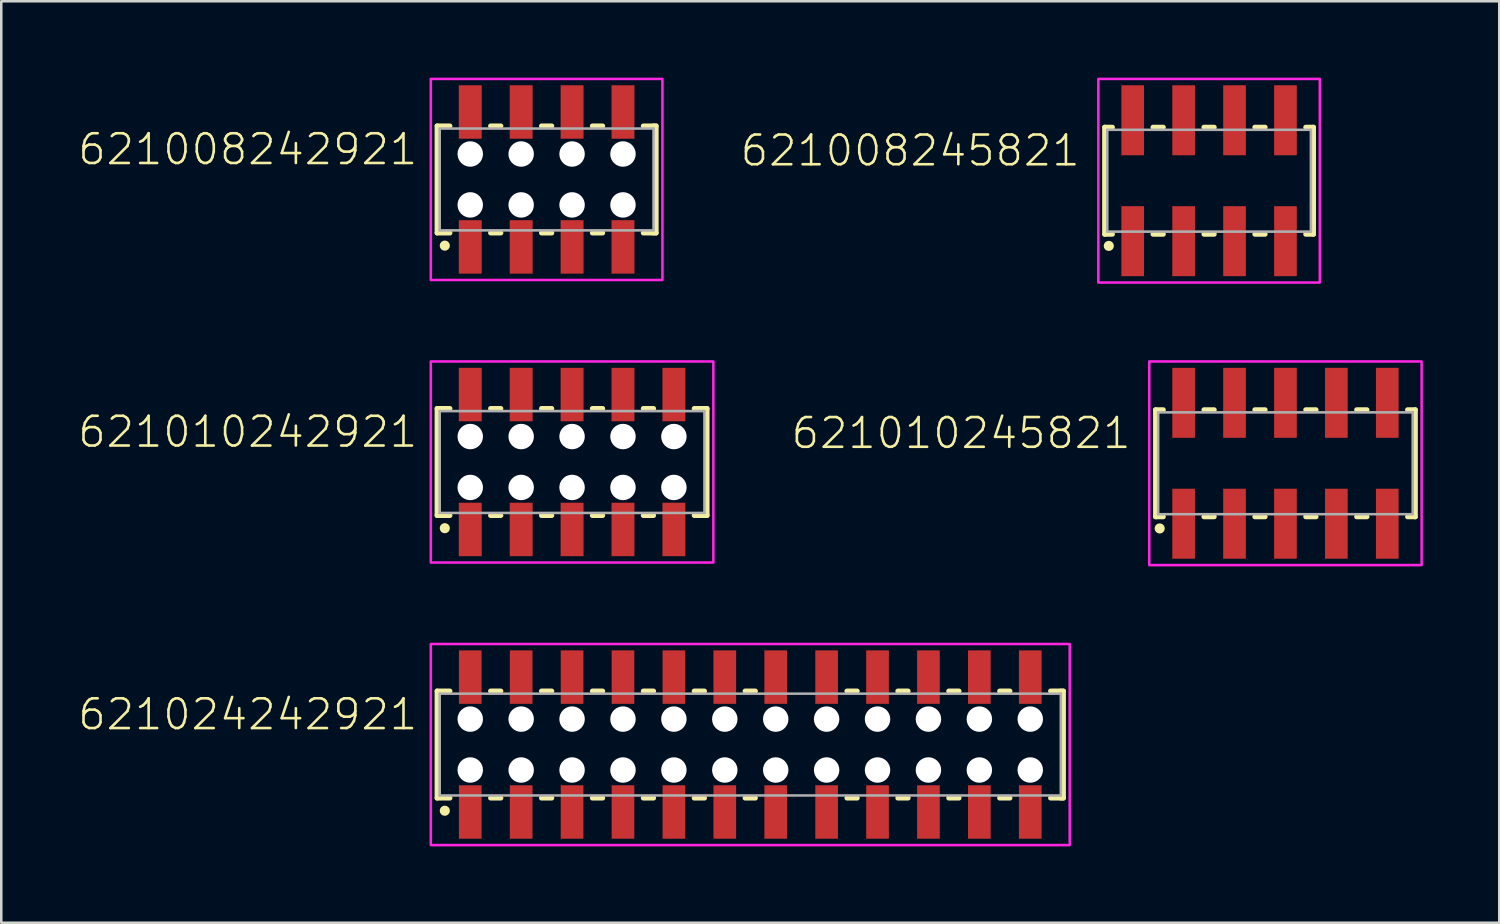
<source format=kicad_pcb>
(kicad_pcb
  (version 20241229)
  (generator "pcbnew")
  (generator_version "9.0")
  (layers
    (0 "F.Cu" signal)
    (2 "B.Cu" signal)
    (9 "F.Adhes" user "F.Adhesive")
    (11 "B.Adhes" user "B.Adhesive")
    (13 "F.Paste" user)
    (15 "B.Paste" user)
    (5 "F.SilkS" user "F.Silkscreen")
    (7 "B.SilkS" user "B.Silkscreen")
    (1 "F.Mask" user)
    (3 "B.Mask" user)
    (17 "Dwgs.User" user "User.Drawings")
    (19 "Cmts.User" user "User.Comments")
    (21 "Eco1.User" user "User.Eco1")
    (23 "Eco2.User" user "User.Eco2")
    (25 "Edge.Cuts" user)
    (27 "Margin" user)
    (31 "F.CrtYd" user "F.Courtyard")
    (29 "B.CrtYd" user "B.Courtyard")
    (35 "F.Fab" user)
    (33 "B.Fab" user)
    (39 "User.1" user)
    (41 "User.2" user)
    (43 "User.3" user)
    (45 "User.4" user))
  (footprint "621010245821"
    (layer "F.Cu")
    (at 47.449 15.15)
    (property "Reference" "621010245821" (at -6 -0.5 0) (unlocked yes) (layer "F.SilkS") (effects (font (size 1.168 1.168) (thickness 0.102)) (justify right bottom)))
    (fp_line (start -5.1 -2.1) (end -5.1 2.1) (stroke (width 0.2) (type solid)) (layer "F.SilkS"))
    (fp_line (start -5.1 2.1) (end -4.8 2.1) (stroke (width 0.2) (type solid)) (layer "F.SilkS"))
    (fp_line (start -4.8 -2.1) (end -5.1 -2.1) (stroke (width 0.2) (type solid)) (layer "F.SilkS"))
    (fp_line (start -3.2 -2.1) (end -2.8 -2.1) (stroke (width 0.2) (type solid)) (layer "F.SilkS"))
    (fp_line (start -2.8 2.1) (end -3.2 2.1) (stroke (width 0.2) (type solid)) (layer "F.SilkS"))
    (fp_line (start -1.2 -2.1) (end -0.8 -2.1) (stroke (width 0.2) (type solid)) (layer "F.SilkS"))
    (fp_line (start -0.8 2.1) (end -1.2 2.1) (stroke (width 0.2) (type solid)) (layer "F.SilkS"))
    (fp_line (start 0.8 -2.1) (end 1.2 -2.1) (stroke (width 0.2) (type solid)) (layer "F.SilkS"))
    (fp_line (start 1.2 2.1) (end 0.8 2.1) (stroke (width 0.2) (type solid)) (layer "F.SilkS"))
    (fp_line (start 2.8 -2.1) (end 3.2 -2.1) (stroke (width 0.2) (type solid)) (layer "F.SilkS"))
    (fp_line (start 3.2 2.1) (end 2.8 2.1) (stroke (width 0.2) (type solid)) (layer "F.SilkS"))
    (fp_line (start 4.8 -2.1) (end 5.1 -2.1) (stroke (width 0.2) (type solid)) (layer "F.SilkS"))
    (fp_line (start 5.1 -2.1) (end 5.1 2.1) (stroke (width 0.2) (type solid)) (layer "F.SilkS"))
    (fp_line (start 5.1 2.1) (end 4.8 2.1) (stroke (width 0.2) (type solid)) (layer "F.SilkS"))
    (fp_circle (center -4.94 2.56) (end -4.84 2.56) (stroke (width 0.2) (type solid)) (fill no) (layer "F.SilkS"))
    (fp_poly (pts (xy 5.35 4) (xy -5.35 4) (xy -5.35 -4) (xy 5.35 -4)) (stroke (width 0.1) (type default)) (fill no) (layer "F.CrtYd"))
    (fp_line (start -5 -2) (end 5 -2) (stroke (width 0.1) (type solid)) (layer "F.Fab"))
    (fp_line (start -5 2) (end -5 -2) (stroke (width 0.1) (type solid)) (layer "F.Fab"))
    (fp_line (start 5 -2) (end 5 2) (stroke (width 0.1) (type solid)) (layer "F.Fab"))
    (fp_line (start 5 2) (end -5 2) (stroke (width 0.1) (type solid)) (layer "F.Fab"))
    (pad "1" smd rect (at -4 2.375) (size 0.89 2.75) (layers "F.Cu" "F.Mask" "F.Paste"))
    (pad "2" smd rect (at -4 -2.375) (size 0.89 2.75) (layers "F.Cu" "F.Mask" "F.Paste"))
    (pad "3" smd rect (at -2 2.375) (size 0.89 2.75) (layers "F.Cu" "F.Mask" "F.Paste"))
    (pad "4" smd rect (at -2 -2.375) (size 0.89 2.75) (layers "F.Cu" "F.Mask" "F.Paste"))
    (pad "5" smd rect (at 0 2.375) (size 0.89 2.75) (layers "F.Cu" "F.Mask" "F.Paste"))
    (pad "6" smd rect (at 0 -2.375) (size 0.89 2.75) (layers "F.Cu" "F.Mask" "F.Paste"))
    (pad "7" smd rect (at 2 2.375) (size 0.89 2.75) (layers "F.Cu" "F.Mask" "F.Paste"))
    (pad "8" smd rect (at 2 -2.375) (size 0.89 2.75) (layers "F.Cu" "F.Mask" "F.Paste"))
    (pad "9" smd rect (at 4 2.375) (size 0.89 2.75) (layers "F.Cu" "F.Mask" "F.Paste"))
    (pad "10" smd rect (at 4 -2.375) (size 0.89 2.75) (layers "F.Cu" "F.Mask" "F.Paste")))
  (footprint "621010242921"
    (layer "F.Cu")
    (at 19.424 15.1)
    (property "Reference" "621010242921" (at -6 -0.5 0) (unlocked yes) (layer "F.SilkS") (effects (font (size 1.168 1.168) (thickness 0.102)) (justify right bottom)))
    (fp_line (start -5.3 -2.1) (end -5.3 2.1) (stroke (width 0.2) (type solid)) (layer "F.SilkS"))
    (fp_line (start -5.3 2.1) (end -4.8 2.1) (stroke (width 0.2) (type solid)) (layer "F.SilkS"))
    (fp_line (start -4.8 -2.1) (end -5.3 -2.1) (stroke (width 0.2) (type solid)) (layer "F.SilkS"))
    (fp_line (start -3.2 2.1) (end -2.8 2.1) (stroke (width 0.2) (type solid)) (layer "F.SilkS"))
    (fp_line (start -2.8 -2.1) (end -3.2 -2.1) (stroke (width 0.2) (type solid)) (layer "F.SilkS"))
    (fp_line (start -1.2 2.1) (end -0.8 2.1) (stroke (width 0.2) (type solid)) (layer "F.SilkS"))
    (fp_line (start -0.8 -2.1) (end -1.2 -2.1) (stroke (width 0.2) (type solid)) (layer "F.SilkS"))
    (fp_line (start 0.8 2.1) (end 1.2 2.1) (stroke (width 0.2) (type solid)) (layer "F.SilkS"))
    (fp_line (start 1.2 -2.1) (end 0.8 -2.1) (stroke (width 0.2) (type solid)) (layer "F.SilkS"))
    (fp_line (start 2.8 2.1) (end 3.2 2.1) (stroke (width 0.2) (type solid)) (layer "F.SilkS"))
    (fp_line (start 3.2 -2.1) (end 2.8 -2.1) (stroke (width 0.2) (type solid)) (layer "F.SilkS"))
    (fp_line (start 4.8 2.1) (end 5.3 2.1) (stroke (width 0.2) (type solid)) (layer "F.SilkS"))
    (fp_line (start 5.3 -2.1) (end 4.8 -2.1) (stroke (width 0.2) (type solid)) (layer "F.SilkS"))
    (fp_line (start 5.3 -2.1) (end 5.3 2.1) (stroke (width 0.2) (type solid)) (layer "F.SilkS"))
    (fp_circle (center -5 2.6) (end -4.9 2.6) (stroke (width 0.2) (type solid)) (fill no) (layer "F.SilkS"))
    (fp_poly (pts (xy 5.55 3.95) (xy -5.55 3.95) (xy -5.55 -3.95) (xy 5.55 -3.95)) (stroke (width 0.1) (type default)) (fill no) (layer "F.CrtYd"))
    (fp_line (start -5.2 -2) (end -5.2 2) (stroke (width 0.1) (type solid)) (layer "F.Fab"))
    (fp_line (start -5.2 2) (end 5.2 2) (stroke (width 0.1) (type solid)) (layer "F.Fab"))
    (fp_line (start 5.2 -2) (end -5.2 -2) (stroke (width 0.1) (type solid)) (layer "F.Fab"))
    (fp_line (start 5.2 2) (end 5.2 -2) (stroke (width 0.1) (type solid)) (layer "F.Fab"))
    (pad "" np_thru_hole circle (at -4 -1) (size 1 1) (drill 1) (layers "*.Cu" "*.Mask"))
    (pad "" np_thru_hole circle (at -4 1) (size 1 1) (drill 1) (layers "*.Cu" "*.Mask"))
    (pad "" np_thru_hole circle (at -2 -1) (size 1 1) (drill 1) (layers "*.Cu" "*.Mask"))
    (pad "" np_thru_hole circle (at -2 1) (size 1 1) (drill 1) (layers "*.Cu" "*.Mask"))
    (pad "" np_thru_hole circle (at 0 -1) (size 1 1) (drill 1) (layers "*.Cu" "*.Mask"))
    (pad "" np_thru_hole circle (at 0 1) (size 1 1) (drill 1) (layers "*.Cu" "*.Mask"))
    (pad "" np_thru_hole circle (at 2 -1) (size 1 1) (drill 1) (layers "*.Cu" "*.Mask"))
    (pad "" np_thru_hole circle (at 2 1) (size 1 1) (drill 1) (layers "*.Cu" "*.Mask"))
    (pad "" np_thru_hole circle (at 4 -1) (size 1 1) (drill 1) (layers "*.Cu" "*.Mask"))
    (pad "" np_thru_hole circle (at 4 1) (size 1 1) (drill 1) (layers "*.Cu" "*.Mask"))
    (pad "1" smd rect (at -4 2.65) (size 0.9 2.1) (layers "F.Cu" "F.Mask" "F.Paste"))
    (pad "2" smd rect (at -4 -2.65) (size 0.9 2.1) (layers "F.Cu" "F.Mask" "F.Paste"))
    (pad "3" smd rect (at -2 2.65) (size 0.9 2.1) (layers "F.Cu" "F.Mask" "F.Paste"))
    (pad "4" smd rect (at -2 -2.65) (size 0.9 2.1) (layers "F.Cu" "F.Mask" "F.Paste"))
    (pad "5" smd rect (at 0 2.65) (size 0.9 2.1) (layers "F.Cu" "F.Mask" "F.Paste"))
    (pad "6" smd rect (at 0 -2.65) (size 0.9 2.1) (layers "F.Cu" "F.Mask" "F.Paste"))
    (pad "7" smd rect (at 2 2.65) (size 0.9 2.1) (layers "F.Cu" "F.Mask" "F.Paste"))
    (pad "8" smd rect (at 2 -2.65) (size 0.9 2.1) (layers "F.Cu" "F.Mask" "F.Paste"))
    (pad "9" smd rect (at 4 2.65) (size 0.9 2.1) (layers "F.Cu" "F.Mask" "F.Paste"))
    (pad "10" smd rect (at 4 -2.65) (size 0.9 2.1) (layers "F.Cu" "F.Mask" "F.Paste")))
  (footprint "621008245821"
    (layer "F.Cu")
    (at 44.449 4.05)
    (property "Reference" "621008245821" (at -5 -0.5 0) (unlocked yes) (layer "F.SilkS") (effects (font (size 1.168 1.168) (thickness 0.102)) (justify right bottom)))
    (fp_line (start -4.1 -2.1) (end -4.1 2.1) (stroke (width 0.2) (type solid)) (layer "F.SilkS"))
    (fp_line (start -4.1 2.1) (end -3.8 2.1) (stroke (width 0.2) (type solid)) (layer "F.SilkS"))
    (fp_line (start -3.8 -2.1) (end -4.1 -2.1) (stroke (width 0.2) (type solid)) (layer "F.SilkS"))
    (fp_line (start -2.2 -2.1) (end -1.8 -2.1) (stroke (width 0.2) (type solid)) (layer "F.SilkS"))
    (fp_line (start -1.8 2.1) (end -2.2 2.1) (stroke (width 0.2) (type solid)) (layer "F.SilkS"))
    (fp_line (start -0.2 -2.1) (end 0.2 -2.1) (stroke (width 0.2) (type solid)) (layer "F.SilkS"))
    (fp_line (start 0.2 2.1) (end -0.2 2.1) (stroke (width 0.2) (type solid)) (layer "F.SilkS"))
    (fp_line (start 1.8 -2.1) (end 2.2 -2.1) (stroke (width 0.2) (type solid)) (layer "F.SilkS"))
    (fp_line (start 2.2 2.1) (end 1.8 2.1) (stroke (width 0.2) (type solid)) (layer "F.SilkS"))
    (fp_line (start 3.8 -2.1) (end 4.1 -2.1) (stroke (width 0.2) (type solid)) (layer "F.SilkS"))
    (fp_line (start 4.1 -2.1) (end 4.1 2.1) (stroke (width 0.2) (type solid)) (layer "F.SilkS"))
    (fp_line (start 4.1 2.1) (end 3.8 2.1) (stroke (width 0.2) (type solid)) (layer "F.SilkS"))
    (fp_circle (center -3.94 2.56) (end -3.84 2.56) (stroke (width 0.2) (type solid)) (fill no) (layer "F.SilkS"))
    (fp_poly (pts (xy 4.35 4) (xy -4.35 4) (xy -4.35 -4) (xy 4.35 -4)) (stroke (width 0.1) (type default)) (fill no) (layer "F.CrtYd"))
    (fp_line (start -4 -2) (end 4 -2) (stroke (width 0.1) (type solid)) (layer "F.Fab"))
    (fp_line (start -4 2) (end -4 -2) (stroke (width 0.1) (type solid)) (layer "F.Fab"))
    (fp_line (start 4 -2) (end 4 2) (stroke (width 0.1) (type solid)) (layer "F.Fab"))
    (fp_line (start 4 2) (end -4 2) (stroke (width 0.1) (type solid)) (layer "F.Fab"))
    (pad "1" smd rect (at -3 2.375) (size 0.89 2.75) (layers "F.Cu" "F.Mask" "F.Paste"))
    (pad "2" smd rect (at -3 -2.375) (size 0.89 2.75) (layers "F.Cu" "F.Mask" "F.Paste"))
    (pad "3" smd rect (at -1 2.375) (size 0.89 2.75) (layers "F.Cu" "F.Mask" "F.Paste"))
    (pad "4" smd rect (at -1 -2.375) (size 0.89 2.75) (layers "F.Cu" "F.Mask" "F.Paste"))
    (pad "5" smd rect (at 1 2.375) (size 0.89 2.75) (layers "F.Cu" "F.Mask" "F.Paste"))
    (pad "6" smd rect (at 1 -2.375) (size 0.89 2.75) (layers "F.Cu" "F.Mask" "F.Paste"))
    (pad "7" smd rect (at 3 2.375) (size 0.89 2.75) (layers "F.Cu" "F.Mask" "F.Paste"))
    (pad "8" smd rect (at 3 -2.375) (size 0.89 2.75) (layers "F.Cu" "F.Mask" "F.Paste")))
  (footprint "621008242921"
    (layer "F.Cu")
    (at 18.424 4)
    (property "Reference" "621008242921" (at -5 -0.5 0) (unlocked yes) (layer "F.SilkS") (effects (font (size 1.168 1.168) (thickness 0.102)) (justify right bottom)))
    (fp_line (start -4.3 -2.1) (end -4.3 2.1) (stroke (width 0.2) (type solid)) (layer "F.SilkS"))
    (fp_line (start -4.3 2.1) (end -3.8 2.1) (stroke (width 0.2) (type solid)) (layer "F.SilkS"))
    (fp_line (start -3.8 -2.1) (end -4.3 -2.1) (stroke (width 0.2) (type solid)) (layer "F.SilkS"))
    (fp_line (start -2.2 2.1) (end -1.8 2.1) (stroke (width 0.2) (type solid)) (layer "F.SilkS"))
    (fp_line (start -1.8 -2.1) (end -2.2 -2.1) (stroke (width 0.2) (type solid)) (layer "F.SilkS"))
    (fp_line (start -0.2 2.1) (end 0.2 2.1) (stroke (width 0.2) (type solid)) (layer "F.SilkS"))
    (fp_line (start 0.2 -2.1) (end -0.2 -2.1) (stroke (width 0.2) (type solid)) (layer "F.SilkS"))
    (fp_line (start 1.8 2.1) (end 2.2 2.1) (stroke (width 0.2) (type solid)) (layer "F.SilkS"))
    (fp_line (start 2.2 -2.1) (end 1.8 -2.1) (stroke (width 0.2) (type solid)) (layer "F.SilkS"))
    (fp_line (start 3.8 2.1) (end 4.2 2.1) (stroke (width 0.2) (type solid)) (layer "F.SilkS"))
    (fp_line (start 4.2 -2.1) (end 3.8 -2.1) (stroke (width 0.2) (type solid)) (layer "F.SilkS"))
    (fp_line (start 4.2 -2.1) (end 4.3 -2.1) (stroke (width 0.2) (type solid)) (layer "F.SilkS"))
    (fp_line (start 4.3 -2.1) (end 4.3 2.1) (stroke (width 0.2) (type solid)) (layer "F.SilkS"))
    (fp_line (start 4.3 2.1) (end 4.2 2.1) (stroke (width 0.2) (type solid)) (layer "F.SilkS"))
    (fp_circle (center -4 2.6) (end -3.9 2.6) (stroke (width 0.2) (type solid)) (fill no) (layer "F.SilkS"))
    (fp_poly (pts (xy 4.55 3.95) (xy -4.55 3.95) (xy -4.55 -3.95) (xy 4.55 -3.95)) (stroke (width 0.1) (type default)) (fill no) (layer "F.CrtYd"))
    (fp_line (start -4.2 -2) (end -4.2 2) (stroke (width 0.1) (type solid)) (layer "F.Fab"))
    (fp_line (start -4.2 2) (end 4.2 2) (stroke (width 0.1) (type solid)) (layer "F.Fab"))
    (fp_line (start 4.2 -2) (end -4.2 -2) (stroke (width 0.1) (type solid)) (layer "F.Fab"))
    (fp_line (start 4.2 2) (end 4.2 -2) (stroke (width 0.1) (type solid)) (layer "F.Fab"))
    (pad "" np_thru_hole circle (at -3 -1) (size 1 1) (drill 1) (layers "*.Cu" "*.Mask"))
    (pad "" np_thru_hole circle (at -3 1) (size 1 1) (drill 1) (layers "*.Cu" "*.Mask"))
    (pad "" np_thru_hole circle (at -1 -1) (size 1 1) (drill 1) (layers "*.Cu" "*.Mask"))
    (pad "" np_thru_hole circle (at -1 1) (size 1 1) (drill 1) (layers "*.Cu" "*.Mask"))
    (pad "" np_thru_hole circle (at 1 -1) (size 1 1) (drill 1) (layers "*.Cu" "*.Mask"))
    (pad "" np_thru_hole circle (at 1 1) (size 1 1) (drill 1) (layers "*.Cu" "*.Mask"))
    (pad "" np_thru_hole circle (at 3 -1) (size 1 1) (drill 1) (layers "*.Cu" "*.Mask"))
    (pad "" np_thru_hole circle (at 3 1) (size 1 1) (drill 1) (layers "*.Cu" "*.Mask"))
    (pad "1" smd rect (at -3 2.65) (size 0.9 2.1) (layers "F.Cu" "F.Mask" "F.Paste"))
    (pad "2" smd rect (at -3 -2.65) (size 0.9 2.1) (layers "F.Cu" "F.Mask" "F.Paste"))
    (pad "3" smd rect (at -1 2.65) (size 0.9 2.1) (layers "F.Cu" "F.Mask" "F.Paste"))
    (pad "4" smd rect (at -1 -2.65) (size 0.9 2.1) (layers "F.Cu" "F.Mask" "F.Paste"))
    (pad "5" smd rect (at 1 2.65) (size 0.9 2.1) (layers "F.Cu" "F.Mask" "F.Paste"))
    (pad "6" smd rect (at 1 -2.65) (size 0.9 2.1) (layers "F.Cu" "F.Mask" "F.Paste"))
    (pad "7" smd rect (at 3 2.65) (size 0.9 2.1) (layers "F.Cu" "F.Mask" "F.Paste"))
    (pad "8" smd rect (at 3 -2.65) (size 0.9 2.1) (layers "F.Cu" "F.Mask" "F.Paste")))
  (footprint "621024242921"
    (layer "F.Cu")
    (at 26.424 26.2)
    (property "Reference" "621024242921" (at -13 -0.5 0) (unlocked yes) (layer "F.SilkS") (effects (font (size 1.168 1.168) (thickness 0.102)) (justify right bottom)))
    (fp_line (start -12.3 -2.1) (end -12.3 2.1) (stroke (width 0.2) (type solid)) (layer "F.SilkS"))
    (fp_line (start -12.3 2.1) (end -11.8 2.1) (stroke (width 0.2) (type solid)) (layer "F.SilkS"))
    (fp_line (start -11.8 -2.1) (end -12.3 -2.1) (stroke (width 0.2) (type solid)) (layer "F.SilkS"))
    (fp_line (start -10.2 2.1) (end -9.8 2.1) (stroke (width 0.2) (type solid)) (layer "F.SilkS"))
    (fp_line (start -9.8 -2.1) (end -10.2 -2.1) (stroke (width 0.2) (type solid)) (layer "F.SilkS"))
    (fp_line (start -8.2 2.1) (end -7.8 2.1) (stroke (width 0.2) (type solid)) (layer "F.SilkS"))
    (fp_line (start -7.8 -2.1) (end -8.2 -2.1) (stroke (width 0.2) (type solid)) (layer "F.SilkS"))
    (fp_line (start -6.2 2.1) (end -5.8 2.1) (stroke (width 0.2) (type solid)) (layer "F.SilkS"))
    (fp_line (start -5.8 -2.1) (end -6.2 -2.1) (stroke (width 0.2) (type solid)) (layer "F.SilkS"))
    (fp_line (start -4.2 2.1) (end -3.8 2.1) (stroke (width 0.2) (type solid)) (layer "F.SilkS"))
    (fp_line (start -3.8 -2.1) (end -4.2 -2.1) (stroke (width 0.2) (type solid)) (layer "F.SilkS"))
    (fp_line (start -2.2 2.1) (end -1.8 2.1) (stroke (width 0.2) (type solid)) (layer "F.SilkS"))
    (fp_line (start -1.8 -2.1) (end -2.2 -2.1) (stroke (width 0.2) (type solid)) (layer "F.SilkS"))
    (fp_line (start -0.2 2.1) (end 0.2 2.1) (stroke (width 0.2) (type solid)) (layer "F.SilkS"))
    (fp_line (start 0.2 -2.1) (end -0.2 -2.1) (stroke (width 0.2) (type solid)) (layer "F.SilkS"))
    (fp_line (start 3.8 2.1) (end 4.2 2.1) (stroke (width 0.2) (type solid)) (layer "F.SilkS"))
    (fp_line (start 4.2 -2.1) (end 3.8 -2.1) (stroke (width 0.2) (type solid)) (layer "F.SilkS"))
    (fp_line (start 5.8 2.1) (end 6.2 2.1) (stroke (width 0.2) (type solid)) (layer "F.SilkS"))
    (fp_line (start 6.2 -2.1) (end 5.8 -2.1) (stroke (width 0.2) (type solid)) (layer "F.SilkS"))
    (fp_line (start 7.8 2.1) (end 8.2 2.1) (stroke (width 0.2) (type solid)) (layer "F.SilkS"))
    (fp_line (start 8.2 -2.1) (end 7.8 -2.1) (stroke (width 0.2) (type solid)) (layer "F.SilkS"))
    (fp_line (start 9.8 2.1) (end 10.2 2.1) (stroke (width 0.2) (type solid)) (layer "F.SilkS"))
    (fp_line (start 10.2 -2.1) (end 9.8 -2.1) (stroke (width 0.2) (type solid)) (layer "F.SilkS"))
    (fp_line (start 11.8 2.1) (end 12.2 2.1) (stroke (width 0.2) (type solid)) (layer "F.SilkS"))
    (fp_line (start 12.2 -2.1) (end 11.8 -2.1) (stroke (width 0.2) (type solid)) (layer "F.SilkS"))
    (fp_line (start 12.2 -2.1) (end 12.3 -2.1) (stroke (width 0.2) (type solid)) (layer "F.SilkS"))
    (fp_line (start 12.3 -2.1) (end 12.3 2.1) (stroke (width 0.2) (type solid)) (layer "F.SilkS"))
    (fp_line (start 12.3 2.1) (end 12.2 2.1) (stroke (width 0.2) (type solid)) (layer "F.SilkS"))
    (fp_circle (center -12 2.6) (end -11.9 2.6) (stroke (width 0.2) (type solid)) (fill no) (layer "F.SilkS"))
    (fp_poly (pts (xy 12.55 3.95) (xy -12.55 3.95) (xy -12.55 -3.95) (xy 12.55 -3.95)) (stroke (width 0.1) (type default)) (fill no) (layer "F.CrtYd"))
    (fp_line (start -12.2 -2) (end -12.2 2) (stroke (width 0.1) (type solid)) (layer "F.Fab"))
    (fp_line (start -12.2 2) (end 12.2 2) (stroke (width 0.1) (type solid)) (layer "F.Fab"))
    (fp_line (start 12.2 -2) (end -12.2 -2) (stroke (width 0.1) (type solid)) (layer "F.Fab"))
    (fp_line (start 12.2 2) (end 12.2 -2) (stroke (width 0.1) (type solid)) (layer "F.Fab"))
    (pad "" np_thru_hole circle (at -11 -1) (size 1 1) (drill 1) (layers "*.Cu" "*.Mask"))
    (pad "" np_thru_hole circle (at -11 1) (size 1 1) (drill 1) (layers "*.Cu" "*.Mask"))
    (pad "" np_thru_hole circle (at -9 -1) (size 1 1) (drill 1) (layers "*.Cu" "*.Mask"))
    (pad "" np_thru_hole circle (at -9 1) (size 1 1) (drill 1) (layers "*.Cu" "*.Mask"))
    (pad "" np_thru_hole circle (at -7 -1) (size 1 1) (drill 1) (layers "*.Cu" "*.Mask"))
    (pad "" np_thru_hole circle (at -7 1) (size 1 1) (drill 1) (layers "*.Cu" "*.Mask"))
    (pad "" np_thru_hole circle (at -5 -1) (size 1 1) (drill 1) (layers "*.Cu" "*.Mask"))
    (pad "" np_thru_hole circle (at -5 1) (size 1 1) (drill 1) (layers "*.Cu" "*.Mask"))
    (pad "" np_thru_hole circle (at -3 -1) (size 1 1) (drill 1) (layers "*.Cu" "*.Mask"))
    (pad "" np_thru_hole circle (at -3 1) (size 1 1) (drill 1) (layers "*.Cu" "*.Mask"))
    (pad "" np_thru_hole circle (at -1 -1) (size 1 1) (drill 1) (layers "*.Cu" "*.Mask"))
    (pad "" np_thru_hole circle (at -1 1) (size 1 1) (drill 1) (layers "*.Cu" "*.Mask"))
    (pad "" np_thru_hole circle (at 1 -1) (size 1 1) (drill 1) (layers "*.Cu" "*.Mask"))
    (pad "" np_thru_hole circle (at 1 1) (size 1 1) (drill 1) (layers "*.Cu" "*.Mask"))
    (pad "" np_thru_hole circle (at 3 -1) (size 1 1) (drill 1) (layers "*.Cu" "*.Mask"))
    (pad "" np_thru_hole circle (at 3 1) (size 1 1) (drill 1) (layers "*.Cu" "*.Mask"))
    (pad "" np_thru_hole circle (at 5 -1) (size 1 1) (drill 1) (layers "*.Cu" "*.Mask"))
    (pad "" np_thru_hole circle (at 5 1) (size 1 1) (drill 1) (layers "*.Cu" "*.Mask"))
    (pad "" np_thru_hole circle (at 7 -1) (size 1 1) (drill 1) (layers "*.Cu" "*.Mask"))
    (pad "" np_thru_hole circle (at 7 1) (size 1 1) (drill 1) (layers "*.Cu" "*.Mask"))
    (pad "" np_thru_hole circle (at 9 -1) (size 1 1) (drill 1) (layers "*.Cu" "*.Mask"))
    (pad "" np_thru_hole circle (at 9 1) (size 1 1) (drill 1) (layers "*.Cu" "*.Mask"))
    (pad "" np_thru_hole circle (at 11 -1) (size 1 1) (drill 1) (layers "*.Cu" "*.Mask"))
    (pad "" np_thru_hole circle (at 11 1) (size 1 1) (drill 1) (layers "*.Cu" "*.Mask"))
    (pad "1" smd rect (at -11 2.65) (size 0.89 2.1) (layers "F.Cu" "F.Mask" "F.Paste"))
    (pad "2" smd rect (at -11 -2.65) (size 0.89 2.1) (layers "F.Cu" "F.Mask" "F.Paste"))
    (pad "3" smd rect (at -9 2.65) (size 0.89 2.1) (layers "F.Cu" "F.Mask" "F.Paste"))
    (pad "4" smd rect (at -9 -2.65) (size 0.89 2.1) (layers "F.Cu" "F.Mask" "F.Paste"))
    (pad "5" smd rect (at -7 2.65) (size 0.89 2.1) (layers "F.Cu" "F.Mask" "F.Paste"))
    (pad "6" smd rect (at -7 -2.65) (size 0.89 2.1) (layers "F.Cu" "F.Mask" "F.Paste"))
    (pad "7" smd rect (at -5 2.65) (size 0.89 2.1) (layers "F.Cu" "F.Mask" "F.Paste"))
    (pad "8" smd rect (at -5 -2.65) (size 0.89 2.1) (layers "F.Cu" "F.Mask" "F.Paste"))
    (pad "9" smd rect (at -3 2.65) (size 0.89 2.1) (layers "F.Cu" "F.Mask" "F.Paste"))
    (pad "10" smd rect (at -3 -2.65) (size 0.89 2.1) (layers "F.Cu" "F.Mask" "F.Paste"))
    (pad "11" smd rect (at -1 2.65) (size 0.89 2.1) (layers "F.Cu" "F.Mask" "F.Paste"))
    (pad "12" smd rect (at -1 -2.65) (size 0.89 2.1) (layers "F.Cu" "F.Mask" "F.Paste"))
    (pad "13" smd rect (at 1 2.65) (size 0.89 2.1) (layers "F.Cu" "F.Mask" "F.Paste"))
    (pad "14" smd rect (at 1 -2.65) (size 0.89 2.1) (layers "F.Cu" "F.Mask" "F.Paste"))
    (pad "15" smd rect (at 3 2.65) (size 0.89 2.1) (layers "F.Cu" "F.Mask" "F.Paste"))
    (pad "16" smd rect (at 3 -2.65) (size 0.89 2.1) (layers "F.Cu" "F.Mask" "F.Paste"))
    (pad "17" smd rect (at 5 2.65) (size 0.89 2.1) (layers "F.Cu" "F.Mask" "F.Paste"))
    (pad "18" smd rect (at 5 -2.65) (size 0.89 2.1) (layers "F.Cu" "F.Mask" "F.Paste"))
    (pad "19" smd rect (at 7 2.65) (size 0.89 2.1) (layers "F.Cu" "F.Mask" "F.Paste"))
    (pad "20" smd rect (at 7 -2.65) (size 0.89 2.1) (layers "F.Cu" "F.Mask" "F.Paste"))
    (pad "21" smd rect (at 9 2.65) (size 0.89 2.1) (layers "F.Cu" "F.Mask" "F.Paste"))
    (pad "22" smd rect (at 9 -2.65) (size 0.89 2.1) (layers "F.Cu" "F.Mask" "F.Paste"))
    (pad "23" smd rect (at 11 2.65) (size 0.89 2.1) (layers "F.Cu" "F.Mask" "F.Paste"))
    (pad "24" smd rect (at 11 -2.65) (size 0.89 2.1) (layers "F.Cu" "F.Mask" "F.Paste")))
  (gr_rect
    (start -3 -3)
    (end 55.849 33.2)
    (stroke (width 0.1) (type default))
    (fill no)
    (layer "Edge.Cuts")))
</source>
